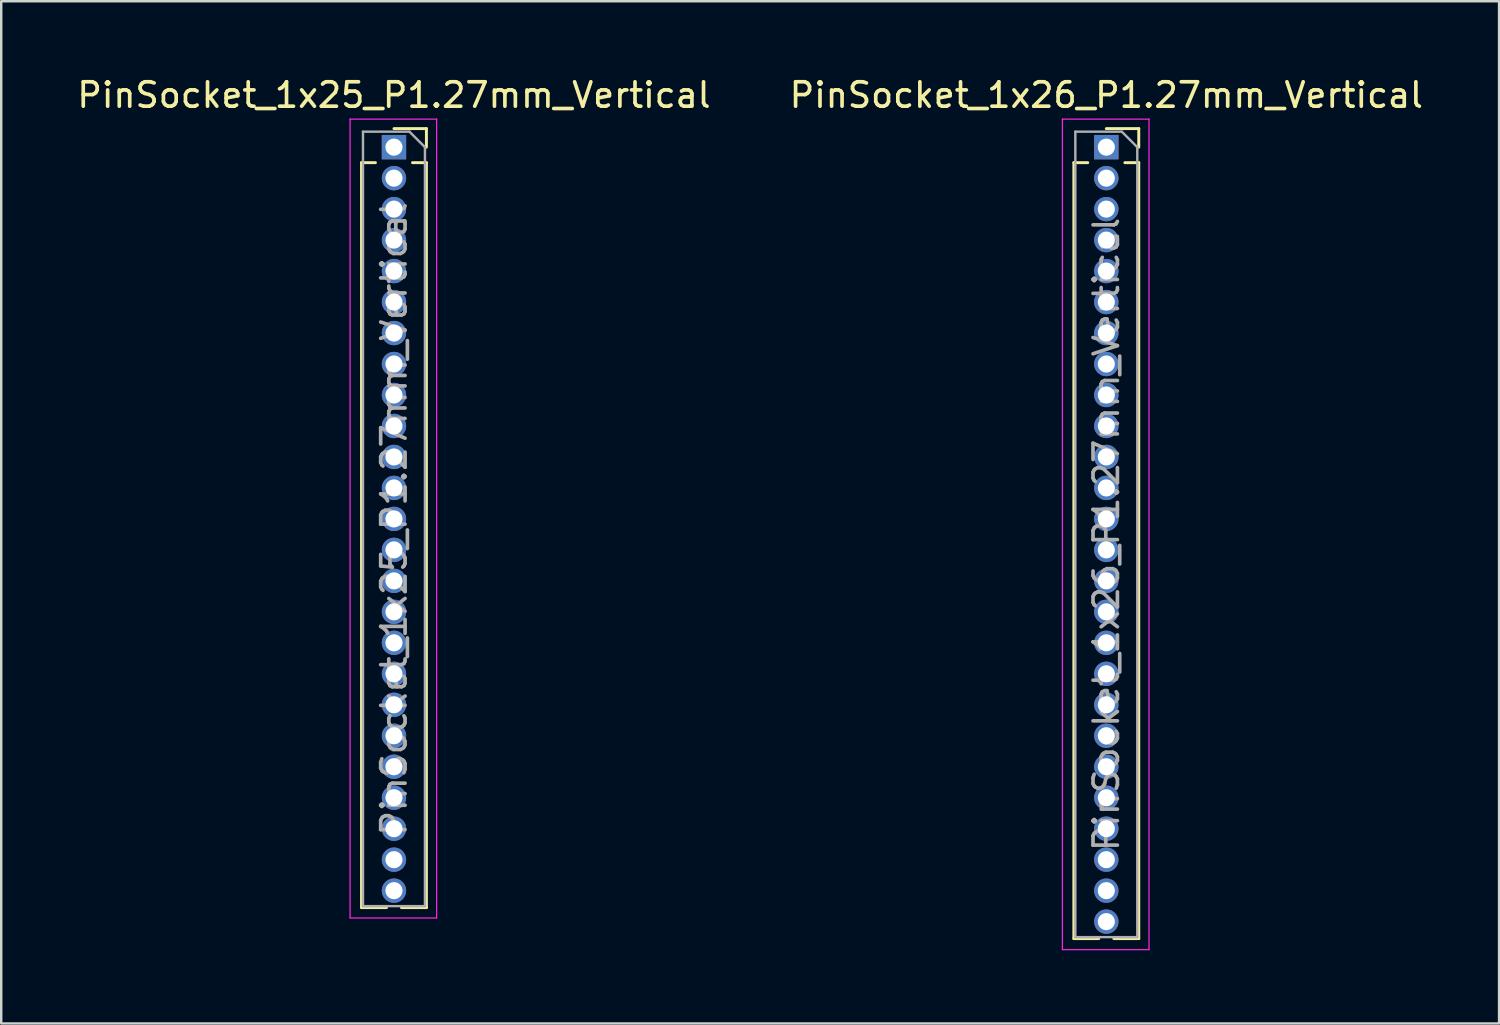
<source format=kicad_pcb>
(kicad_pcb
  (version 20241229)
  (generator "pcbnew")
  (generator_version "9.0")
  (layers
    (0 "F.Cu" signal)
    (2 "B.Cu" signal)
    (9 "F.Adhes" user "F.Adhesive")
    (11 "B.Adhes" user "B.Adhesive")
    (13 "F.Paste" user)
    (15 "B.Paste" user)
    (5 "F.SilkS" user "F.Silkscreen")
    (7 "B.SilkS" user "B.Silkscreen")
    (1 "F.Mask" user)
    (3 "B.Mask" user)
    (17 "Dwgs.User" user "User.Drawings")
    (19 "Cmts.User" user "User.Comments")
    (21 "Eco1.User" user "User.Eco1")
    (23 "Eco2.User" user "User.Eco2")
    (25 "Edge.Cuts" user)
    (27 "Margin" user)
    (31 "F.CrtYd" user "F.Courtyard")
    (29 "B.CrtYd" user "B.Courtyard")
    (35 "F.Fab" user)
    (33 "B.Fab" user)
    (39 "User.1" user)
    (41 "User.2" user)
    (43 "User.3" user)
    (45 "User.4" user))
  (footprint "PinSocket_1x26_P1.27mm_Vertical"
    (layer "F.Cu")
    (at 42.304 2.983)
    (property "Reference" "PinSocket_1x26_P1.27mm_Vertical" (at 0 -2.135 0) (layer "F.SilkS") (effects (font (size 1 1) (thickness 0.15))))
    (attr through_hole)
    (fp_line (start -1.33 0.635) (end -1.33 32.445) (stroke (width 0.12) (type solid)) (layer "F.SilkS"))
    (fp_line (start -1.33 0.635) (end -0.76 0.635) (stroke (width 0.12) (type solid)) (layer "F.SilkS"))
    (fp_line (start -1.33 32.445) (end -0.308 32.445) (stroke (width 0.12) (type solid)) (layer "F.SilkS"))
    (fp_line (start 0 -0.76) (end 1.33 -0.76) (stroke (width 0.12) (type solid)) (layer "F.SilkS"))
    (fp_line (start 0.308 32.445) (end 1.33 32.445) (stroke (width 0.12) (type solid)) (layer "F.SilkS"))
    (fp_line (start 0.76 0.635) (end 1.33 0.635) (stroke (width 0.12) (type solid)) (layer "F.SilkS"))
    (fp_line (start 1.33 -0.76) (end 1.33 0) (stroke (width 0.12) (type solid)) (layer "F.SilkS"))
    (fp_line (start 1.33 0.635) (end 1.33 32.445) (stroke (width 0.12) (type solid)) (layer "F.SilkS"))
    (fp_line (start -1.8 -1.15) (end 1.75 -1.15) (stroke (width 0.05) (type solid)) (layer "F.CrtYd"))
    (fp_line (start -1.8 32.9) (end -1.8 -1.15) (stroke (width 0.05) (type solid)) (layer "F.CrtYd"))
    (fp_line (start 1.75 -1.15) (end 1.75 32.9) (stroke (width 0.05) (type solid)) (layer "F.CrtYd"))
    (fp_line (start 1.75 32.9) (end -1.8 32.9) (stroke (width 0.05) (type solid)) (layer "F.CrtYd"))
    (fp_line (start -1.27 -0.635) (end 0.635 -0.635) (stroke (width 0.1) (type solid)) (layer "F.Fab"))
    (fp_line (start -1.27 32.385) (end -1.27 -0.635) (stroke (width 0.1) (type solid)) (layer "F.Fab"))
    (fp_line (start 0.635 -0.635) (end 1.27 0) (stroke (width 0.1) (type solid)) (layer "F.Fab"))
    (fp_line (start 1.27 0) (end 1.27 32.385) (stroke (width 0.1) (type solid)) (layer "F.Fab"))
    (fp_line (start 1.27 32.385) (end -1.27 32.385) (stroke (width 0.1) (type solid)) (layer "F.Fab"))
    (fp_text user "${REFERENCE}" (at 0 15.875 90) (layer "F.Fab") (effects (font (size 1 1) (thickness 0.15))))
    (pad "1" thru_hole rect (at 0 0) (size 1 1) (drill 0.7) (layers "*.Cu" "*.Mask"))
    (pad "2" thru_hole oval (at 0 1.27) (size 1 1) (drill 0.7) (layers "*.Cu" "*.Mask"))
    (pad "3" thru_hole oval (at 0 2.54) (size 1 1) (drill 0.7) (layers "*.Cu" "*.Mask"))
    (pad "4" thru_hole oval (at 0 3.81) (size 1 1) (drill 0.7) (layers "*.Cu" "*.Mask"))
    (pad "5" thru_hole oval (at 0 5.08) (size 1 1) (drill 0.7) (layers "*.Cu" "*.Mask"))
    (pad "6" thru_hole oval (at 0 6.35) (size 1 1) (drill 0.7) (layers "*.Cu" "*.Mask"))
    (pad "7" thru_hole oval (at 0 7.62) (size 1 1) (drill 0.7) (layers "*.Cu" "*.Mask"))
    (pad "8" thru_hole oval (at 0 8.89) (size 1 1) (drill 0.7) (layers "*.Cu" "*.Mask"))
    (pad "9" thru_hole oval (at 0 10.16) (size 1 1) (drill 0.7) (layers "*.Cu" "*.Mask"))
    (pad "10" thru_hole oval (at 0 11.43) (size 1 1) (drill 0.7) (layers "*.Cu" "*.Mask"))
    (pad "11" thru_hole oval (at 0 12.7) (size 1 1) (drill 0.7) (layers "*.Cu" "*.Mask"))
    (pad "12" thru_hole oval (at 0 13.97) (size 1 1) (drill 0.7) (layers "*.Cu" "*.Mask"))
    (pad "13" thru_hole oval (at 0 15.24) (size 1 1) (drill 0.7) (layers "*.Cu" "*.Mask"))
    (pad "14" thru_hole oval (at 0 16.51) (size 1 1) (drill 0.7) (layers "*.Cu" "*.Mask"))
    (pad "15" thru_hole oval (at 0 17.78) (size 1 1) (drill 0.7) (layers "*.Cu" "*.Mask"))
    (pad "16" thru_hole oval (at 0 19.05) (size 1 1) (drill 0.7) (layers "*.Cu" "*.Mask"))
    (pad "17" thru_hole oval (at 0 20.32) (size 1 1) (drill 0.7) (layers "*.Cu" "*.Mask"))
    (pad "18" thru_hole oval (at 0 21.59) (size 1 1) (drill 0.7) (layers "*.Cu" "*.Mask"))
    (pad "19" thru_hole oval (at 0 22.86) (size 1 1) (drill 0.7) (layers "*.Cu" "*.Mask"))
    (pad "20" thru_hole oval (at 0 24.13) (size 1 1) (drill 0.7) (layers "*.Cu" "*.Mask"))
    (pad "21" thru_hole oval (at 0 25.4) (size 1 1) (drill 0.7) (layers "*.Cu" "*.Mask"))
    (pad "22" thru_hole oval (at 0 26.67) (size 1 1) (drill 0.7) (layers "*.Cu" "*.Mask"))
    (pad "23" thru_hole oval (at 0 27.94) (size 1 1) (drill 0.7) (layers "*.Cu" "*.Mask"))
    (pad "24" thru_hole oval (at 0 29.21) (size 1 1) (drill 0.7) (layers "*.Cu" "*.Mask"))
    (pad "25" thru_hole oval (at 0 30.48) (size 1 1) (drill 0.7) (layers "*.Cu" "*.Mask"))
    (pad "26" thru_hole oval (at 0 31.75) (size 1 1) (drill 0.7) (layers "*.Cu" "*.Mask")))
  (footprint "PinSocket_1x25_P1.27mm_Vertical"
    (layer "F.Cu")
    (at 13.101 2.983)
    (property "Reference" "PinSocket_1x25_P1.27mm_Vertical" (at 0 -2.135 0) (layer "F.SilkS") (effects (font (size 1 1) (thickness 0.15))))
    (attr through_hole)
    (fp_line (start -1.33 0.635) (end -1.33 31.175) (stroke (width 0.12) (type solid)) (layer "F.SilkS"))
    (fp_line (start -1.33 0.635) (end -0.76 0.635) (stroke (width 0.12) (type solid)) (layer "F.SilkS"))
    (fp_line (start -1.33 31.175) (end -0.308 31.175) (stroke (width 0.12) (type solid)) (layer "F.SilkS"))
    (fp_line (start 0 -0.76) (end 1.33 -0.76) (stroke (width 0.12) (type solid)) (layer "F.SilkS"))
    (fp_line (start 0.308 31.175) (end 1.33 31.175) (stroke (width 0.12) (type solid)) (layer "F.SilkS"))
    (fp_line (start 0.76 0.635) (end 1.33 0.635) (stroke (width 0.12) (type solid)) (layer "F.SilkS"))
    (fp_line (start 1.33 -0.76) (end 1.33 0) (stroke (width 0.12) (type solid)) (layer "F.SilkS"))
    (fp_line (start 1.33 0.635) (end 1.33 31.175) (stroke (width 0.12) (type solid)) (layer "F.SilkS"))
    (fp_line (start -1.8 -1.15) (end 1.75 -1.15) (stroke (width 0.05) (type solid)) (layer "F.CrtYd"))
    (fp_line (start -1.8 31.6) (end -1.8 -1.15) (stroke (width 0.05) (type solid)) (layer "F.CrtYd"))
    (fp_line (start 1.75 -1.15) (end 1.75 31.6) (stroke (width 0.05) (type solid)) (layer "F.CrtYd"))
    (fp_line (start 1.75 31.6) (end -1.8 31.6) (stroke (width 0.05) (type solid)) (layer "F.CrtYd"))
    (fp_line (start -1.27 -0.635) (end 0.635 -0.635) (stroke (width 0.1) (type solid)) (layer "F.Fab"))
    (fp_line (start -1.27 31.115) (end -1.27 -0.635) (stroke (width 0.1) (type solid)) (layer "F.Fab"))
    (fp_line (start 0.635 -0.635) (end 1.27 0) (stroke (width 0.1) (type solid)) (layer "F.Fab"))
    (fp_line (start 1.27 0) (end 1.27 31.115) (stroke (width 0.1) (type solid)) (layer "F.Fab"))
    (fp_line (start 1.27 31.115) (end -1.27 31.115) (stroke (width 0.1) (type solid)) (layer "F.Fab"))
    (fp_text user "${REFERENCE}" (at 0 15.24 90) (layer "F.Fab") (effects (font (size 1 1) (thickness 0.15))))
    (pad "1" thru_hole rect (at 0 0) (size 1 1) (drill 0.7) (layers "*.Cu" "*.Mask"))
    (pad "2" thru_hole oval (at 0 1.27) (size 1 1) (drill 0.7) (layers "*.Cu" "*.Mask"))
    (pad "3" thru_hole oval (at 0 2.54) (size 1 1) (drill 0.7) (layers "*.Cu" "*.Mask"))
    (pad "4" thru_hole oval (at 0 3.81) (size 1 1) (drill 0.7) (layers "*.Cu" "*.Mask"))
    (pad "5" thru_hole oval (at 0 5.08) (size 1 1) (drill 0.7) (layers "*.Cu" "*.Mask"))
    (pad "6" thru_hole oval (at 0 6.35) (size 1 1) (drill 0.7) (layers "*.Cu" "*.Mask"))
    (pad "7" thru_hole oval (at 0 7.62) (size 1 1) (drill 0.7) (layers "*.Cu" "*.Mask"))
    (pad "8" thru_hole oval (at 0 8.89) (size 1 1) (drill 0.7) (layers "*.Cu" "*.Mask"))
    (pad "9" thru_hole oval (at 0 10.16) (size 1 1) (drill 0.7) (layers "*.Cu" "*.Mask"))
    (pad "10" thru_hole oval (at 0 11.43) (size 1 1) (drill 0.7) (layers "*.Cu" "*.Mask"))
    (pad "11" thru_hole oval (at 0 12.7) (size 1 1) (drill 0.7) (layers "*.Cu" "*.Mask"))
    (pad "12" thru_hole oval (at 0 13.97) (size 1 1) (drill 0.7) (layers "*.Cu" "*.Mask"))
    (pad "13" thru_hole oval (at 0 15.24) (size 1 1) (drill 0.7) (layers "*.Cu" "*.Mask"))
    (pad "14" thru_hole oval (at 0 16.51) (size 1 1) (drill 0.7) (layers "*.Cu" "*.Mask"))
    (pad "15" thru_hole oval (at 0 17.78) (size 1 1) (drill 0.7) (layers "*.Cu" "*.Mask"))
    (pad "16" thru_hole oval (at 0 19.05) (size 1 1) (drill 0.7) (layers "*.Cu" "*.Mask"))
    (pad "17" thru_hole oval (at 0 20.32) (size 1 1) (drill 0.7) (layers "*.Cu" "*.Mask"))
    (pad "18" thru_hole oval (at 0 21.59) (size 1 1) (drill 0.7) (layers "*.Cu" "*.Mask"))
    (pad "19" thru_hole oval (at 0 22.86) (size 1 1) (drill 0.7) (layers "*.Cu" "*.Mask"))
    (pad "20" thru_hole oval (at 0 24.13) (size 1 1) (drill 0.7) (layers "*.Cu" "*.Mask"))
    (pad "21" thru_hole oval (at 0 25.4) (size 1 1) (drill 0.7) (layers "*.Cu" "*.Mask"))
    (pad "22" thru_hole oval (at 0 26.67) (size 1 1) (drill 0.7) (layers "*.Cu" "*.Mask"))
    (pad "23" thru_hole oval (at 0 27.94) (size 1 1) (drill 0.7) (layers "*.Cu" "*.Mask"))
    (pad "24" thru_hole oval (at 0 29.21) (size 1 1) (drill 0.7) (layers "*.Cu" "*.Mask"))
    (pad "25" thru_hole oval (at 0 30.48) (size 1 1) (drill 0.7) (layers "*.Cu" "*.Mask")))
  (gr_rect
    (start -3 -3)
    (end 58.405 38.908)
    (stroke (width 0.1) (type default))
    (fill no)
    (layer "Edge.Cuts")))
</source>
